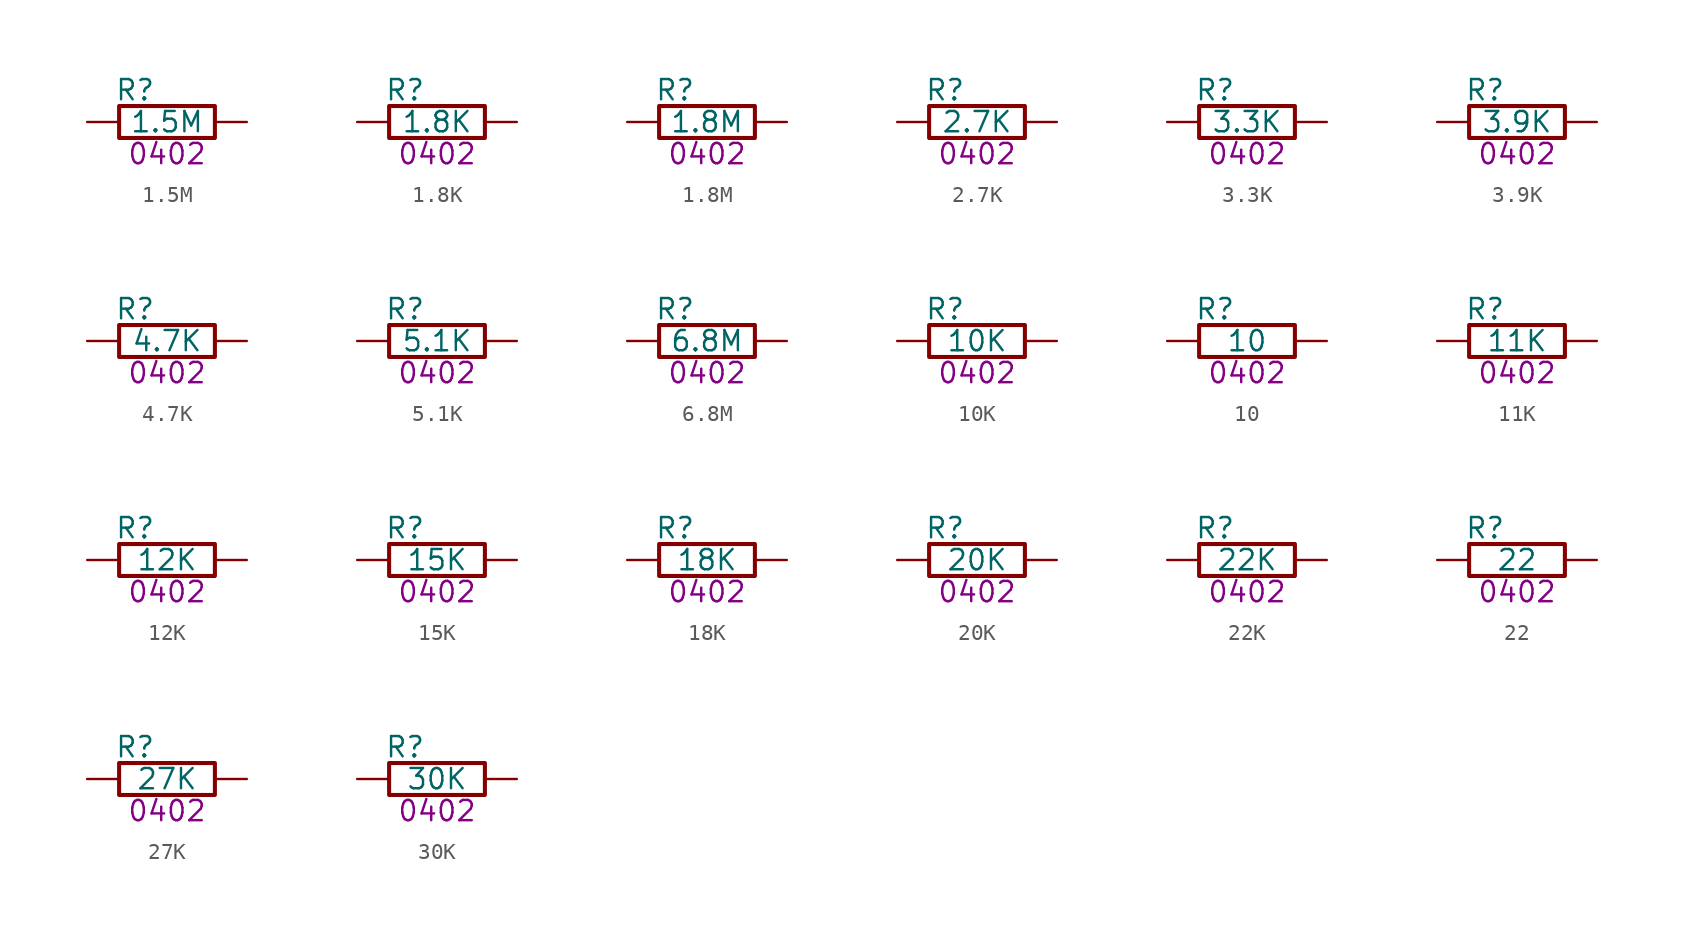
<source format=kicad_sym>
(kicad_symbol_lib
  (version 20211014)
  (generator kicad_symbol_editor)
  (symbol "1.5M"
    (pin_numbers hide)
    (pin_names hide)
    (property "Reference" "R"
      (at -2 1 0)
      (effects (font (size 1.27 1.27))))
    (property "Value" "1.5M"
      (at 0 -1 0)
      (effects (font (size 1.27 1.27))))
    (property "Size" "0402"
      (at 0 -3 0)
      (effects (font (size 1.27 1.27))))
    (symbol "1.5M_0_1"
      (rectangle (start -3 0) (end 3 -2) (stroke (width 0.254) (type default) (color 0 0 0 0)) (fill (type none))))
    (symbol "1.5M_1_1"
      (pin passive line (at -5 -1 0) (length 2) (name "~" (effects (font (size 1.27 1.27)))) (number "1" (effects (font (size 1.27 1.27)))))
      (pin passive line (at 5 -1 180) (length 2) (name "~" (effects (font (size 1.27 1.27)))) (number "2" (effects (font (size 1.27 1.27)))))))
  (symbol "1.8K"
    (pin_numbers hide)
    (pin_names hide)
    (property "Reference" "R"
      (at -2 1 0)
      (effects (font (size 1.27 1.27))))
    (property "Value" "1.8K"
      (at 0 -1 0)
      (effects (font (size 1.27 1.27))))
    (property "Size" "0402"
      (at 0 -3 0)
      (effects (font (size 1.27 1.27))))
    (symbol "1.8K_0_1"
      (rectangle (start -3 0) (end 3 -2) (stroke (width 0.254) (type default) (color 0 0 0 0)) (fill (type none))))
    (symbol "1.8K_1_1"
      (pin passive line (at -5 -1 0) (length 2) (name "~" (effects (font (size 1.27 1.27)))) (number "1" (effects (font (size 1.27 1.27)))))
      (pin passive line (at 5 -1 180) (length 2) (name "~" (effects (font (size 1.27 1.27)))) (number "2" (effects (font (size 1.27 1.27)))))))
  (symbol "1.8M"
    (pin_numbers hide)
    (pin_names hide)
    (property "Reference" "R"
      (at -2 1 0)
      (effects (font (size 1.27 1.27))))
    (property "Value" "1.8M"
      (at 0 -1 0)
      (effects (font (size 1.27 1.27))))
    (property "Size" "0402"
      (at 0 -3 0)
      (effects (font (size 1.27 1.27))))
    (symbol "1.8M_0_1"
      (rectangle (start -3 0) (end 3 -2) (stroke (width 0.254) (type default) (color 0 0 0 0)) (fill (type none))))
    (symbol "1.8M_1_1"
      (pin passive line (at -5 -1 0) (length 2) (name "~" (effects (font (size 1.27 1.27)))) (number "1" (effects (font (size 1.27 1.27)))))
      (pin passive line (at 5 -1 180) (length 2) (name "~" (effects (font (size 1.27 1.27)))) (number "2" (effects (font (size 1.27 1.27)))))))
  (symbol "2.7K"
    (pin_numbers hide)
    (pin_names hide)
    (property "Reference" "R"
      (at -2 1 0)
      (effects (font (size 1.27 1.27))))
    (property "Value" "2.7K"
      (at 0 -1 0)
      (effects (font (size 1.27 1.27))))
    (property "Size" "0402"
      (at 0 -3 0)
      (effects (font (size 1.27 1.27))))
    (symbol "2.7K_0_1"
      (rectangle (start -3 0) (end 3 -2) (stroke (width 0.254) (type default) (color 0 0 0 0)) (fill (type none))))
    (symbol "2.7K_1_1"
      (pin passive line (at -5 -1 0) (length 2) (name "~" (effects (font (size 1.27 1.27)))) (number "1" (effects (font (size 1.27 1.27)))))
      (pin passive line (at 5 -1 180) (length 2) (name "~" (effects (font (size 1.27 1.27)))) (number "2" (effects (font (size 1.27 1.27)))))))
  (symbol "3.3K"
    (pin_numbers hide)
    (pin_names hide)
    (property "Reference" "R"
      (at -2 1 0)
      (effects (font (size 1.27 1.27))))
    (property "Value" "3.3K"
      (at 0 -1 0)
      (effects (font (size 1.27 1.27))))
    (property "Size" "0402"
      (at 0 -3 0)
      (effects (font (size 1.27 1.27))))
    (symbol "3.3K_0_1"
      (rectangle (start -3 0) (end 3 -2) (stroke (width 0.254) (type default) (color 0 0 0 0)) (fill (type none))))
    (symbol "3.3K_1_1"
      (pin passive line (at -5 -1 0) (length 2) (name "~" (effects (font (size 1.27 1.27)))) (number "1" (effects (font (size 1.27 1.27)))))
      (pin passive line (at 5 -1 180) (length 2) (name "~" (effects (font (size 1.27 1.27)))) (number "2" (effects (font (size 1.27 1.27)))))))
  (symbol "3.9K"
    (pin_numbers hide)
    (pin_names hide)
    (property "Reference" "R"
      (at -2 1 0)
      (effects (font (size 1.27 1.27))))
    (property "Value" "3.9K"
      (at 0 -1 0)
      (effects (font (size 1.27 1.27))))
    (property "Size" "0402"
      (at 0 -3 0)
      (effects (font (size 1.27 1.27))))
    (symbol "3.9K_0_1"
      (rectangle (start -3 0) (end 3 -2) (stroke (width 0.254) (type default) (color 0 0 0 0)) (fill (type none))))
    (symbol "3.9K_1_1"
      (pin passive line (at -5 -1 0) (length 2) (name "~" (effects (font (size 1.27 1.27)))) (number "1" (effects (font (size 1.27 1.27)))))
      (pin passive line (at 5 -1 180) (length 2) (name "~" (effects (font (size 1.27 1.27)))) (number "2" (effects (font (size 1.27 1.27)))))))
  (symbol "4.7K"
    (pin_numbers hide)
    (pin_names hide)
    (property "Reference" "R"
      (at -2 1 0)
      (effects (font (size 1.27 1.27))))
    (property "Value" "4.7K"
      (at 0 -1 0)
      (effects (font (size 1.27 1.27))))
    (property "Size" "0402"
      (at 0 -3 0)
      (effects (font (size 1.27 1.27))))
    (symbol "4.7K_0_1"
      (rectangle (start -3 0) (end 3 -2) (stroke (width 0.254) (type default) (color 0 0 0 0)) (fill (type none))))
    (symbol "4.7K_1_1"
      (pin passive line (at -5 -1 0) (length 2) (name "~" (effects (font (size 1.27 1.27)))) (number "1" (effects (font (size 1.27 1.27)))))
      (pin passive line (at 5 -1 180) (length 2) (name "~" (effects (font (size 1.27 1.27)))) (number "2" (effects (font (size 1.27 1.27)))))))
  (symbol "5.1K"
    (pin_numbers hide)
    (pin_names hide)
    (property "Reference" "R"
      (at -2 1 0)
      (effects (font (size 1.27 1.27))))
    (property "Value" "5.1K"
      (at 0 -1 0)
      (effects (font (size 1.27 1.27))))
    (property "Size" "0402"
      (at 0 -3 0)
      (effects (font (size 1.27 1.27))))
    (symbol "5.1K_0_1"
      (rectangle (start -3 0) (end 3 -2) (stroke (width 0.254) (type default) (color 0 0 0 0)) (fill (type none))))
    (symbol "5.1K_1_1"
      (pin passive line (at -5 -1 0) (length 2) (name "~" (effects (font (size 1.27 1.27)))) (number "1" (effects (font (size 1.27 1.27)))))
      (pin passive line (at 5 -1 180) (length 2) (name "~" (effects (font (size 1.27 1.27)))) (number "2" (effects (font (size 1.27 1.27)))))))
  (symbol "6.8M"
    (pin_numbers hide)
    (pin_names hide)
    (property "Reference" "R"
      (at -2 1 0)
      (effects (font (size 1.27 1.27))))
    (property "Value" "6.8M"
      (at 0 -1 0)
      (effects (font (size 1.27 1.27))))
    (property "Size" "0402"
      (at 0 -3 0)
      (effects (font (size 1.27 1.27))))
    (symbol "6.8M_0_1"
      (rectangle (start -3 0) (end 3 -2) (stroke (width 0.254) (type default) (color 0 0 0 0)) (fill (type none))))
    (symbol "6.8M_1_1"
      (pin passive line (at -5 -1 0) (length 2) (name "~" (effects (font (size 1.27 1.27)))) (number "1" (effects (font (size 1.27 1.27)))))
      (pin passive line (at 5 -1 180) (length 2) (name "~" (effects (font (size 1.27 1.27)))) (number "2" (effects (font (size 1.27 1.27)))))))
  (symbol "10K"
    (pin_numbers hide)
    (pin_names hide)
    (property "Reference" "R"
      (at -2 1 0)
      (effects (font (size 1.27 1.27))))
    (property "Value" "10K"
      (at 0 -1 0)
      (effects (font (size 1.27 1.27))))
    (property "Size" "0402"
      (at 0 -3 0)
      (effects (font (size 1.27 1.27))))
    (symbol "10K_0_1"
      (rectangle (start -3 0) (end 3 -2) (stroke (width 0.254) (type default) (color 0 0 0 0)) (fill (type none))))
    (symbol "10K_1_1"
      (pin passive line (at -5 -1 0) (length 2) (name "~" (effects (font (size 1.27 1.27)))) (number "1" (effects (font (size 1.27 1.27)))))
      (pin passive line (at 5 -1 180) (length 2) (name "~" (effects (font (size 1.27 1.27)))) (number "2" (effects (font (size 1.27 1.27)))))))
  (symbol "10"
    (pin_numbers hide)
    (pin_names hide)
    (property "Reference" "R"
      (at -2 1 0)
      (effects (font (size 1.27 1.27))))
    (property "Value" "10"
      (at 0 -1 0)
      (effects (font (size 1.27 1.27))))
    (property "Size" "0402"
      (at 0 -3 0)
      (effects (font (size 1.27 1.27))))
    (symbol "10_0_1"
      (rectangle (start -3 0) (end 3 -2) (stroke (width 0.254) (type default) (color 0 0 0 0)) (fill (type none))))
    (symbol "10_1_1"
      (pin passive line (at -5 -1 0) (length 2) (name "~" (effects (font (size 1.27 1.27)))) (number "1" (effects (font (size 1.27 1.27)))))
      (pin passive line (at 5 -1 180) (length 2) (name "~" (effects (font (size 1.27 1.27)))) (number "2" (effects (font (size 1.27 1.27)))))))
  (symbol "11K"
    (pin_numbers hide)
    (pin_names hide)
    (property "Reference" "R"
      (at -2 1 0)
      (effects (font (size 1.27 1.27))))
    (property "Value" "11K"
      (at 0 -1 0)
      (effects (font (size 1.27 1.27))))
    (property "Size" "0402"
      (at 0 -3 0)
      (effects (font (size 1.27 1.27))))
    (symbol "11K_0_1"
      (rectangle (start -3 0) (end 3 -2) (stroke (width 0.254) (type default) (color 0 0 0 0)) (fill (type none))))
    (symbol "11K_1_1"
      (pin passive line (at -5 -1 0) (length 2) (name "~" (effects (font (size 1.27 1.27)))) (number "1" (effects (font (size 1.27 1.27)))))
      (pin passive line (at 5 -1 180) (length 2) (name "~" (effects (font (size 1.27 1.27)))) (number "2" (effects (font (size 1.27 1.27)))))))
  (symbol "12K"
    (pin_numbers hide)
    (pin_names hide)
    (property "Reference" "R"
      (at -2 1 0)
      (effects (font (size 1.27 1.27))))
    (property "Value" "12K"
      (at 0 -1 0)
      (effects (font (size 1.27 1.27))))
    (property "Size" "0402"
      (at 0 -3 0)
      (effects (font (size 1.27 1.27))))
    (symbol "12K_0_1"
      (rectangle (start -3 0) (end 3 -2) (stroke (width 0.254) (type default) (color 0 0 0 0)) (fill (type none))))
    (symbol "12K_1_1"
      (pin passive line (at -5 -1 0) (length 2) (name "~" (effects (font (size 1.27 1.27)))) (number "1" (effects (font (size 1.27 1.27)))))
      (pin passive line (at 5 -1 180) (length 2) (name "~" (effects (font (size 1.27 1.27)))) (number "2" (effects (font (size 1.27 1.27)))))))
  (symbol "15K"
    (pin_numbers hide)
    (pin_names hide)
    (property "Reference" "R"
      (at -2 1 0)
      (effects (font (size 1.27 1.27))))
    (property "Value" "15K"
      (at 0 -1 0)
      (effects (font (size 1.27 1.27))))
    (property "Size" "0402"
      (at 0 -3 0)
      (effects (font (size 1.27 1.27))))
    (symbol "15K_0_1"
      (rectangle (start -3 0) (end 3 -2) (stroke (width 0.254) (type default) (color 0 0 0 0)) (fill (type none))))
    (symbol "15K_1_1"
      (pin passive line (at -5 -1 0) (length 2) (name "~" (effects (font (size 1.27 1.27)))) (number "1" (effects (font (size 1.27 1.27)))))
      (pin passive line (at 5 -1 180) (length 2) (name "~" (effects (font (size 1.27 1.27)))) (number "2" (effects (font (size 1.27 1.27)))))))
  (symbol "18K"
    (pin_numbers hide)
    (pin_names hide)
    (property "Reference" "R"
      (at -2 1 0)
      (effects (font (size 1.27 1.27))))
    (property "Value" "18K"
      (at 0 -1 0)
      (effects (font (size 1.27 1.27))))
    (property "Size" "0402"
      (at 0 -3 0)
      (effects (font (size 1.27 1.27))))
    (symbol "18K_0_1"
      (rectangle (start -3 0) (end 3 -2) (stroke (width 0.254) (type default) (color 0 0 0 0)) (fill (type none))))
    (symbol "18K_1_1"
      (pin passive line (at -5 -1 0) (length 2) (name "~" (effects (font (size 1.27 1.27)))) (number "1" (effects (font (size 1.27 1.27)))))
      (pin passive line (at 5 -1 180) (length 2) (name "~" (effects (font (size 1.27 1.27)))) (number "2" (effects (font (size 1.27 1.27)))))))
  (symbol "20K"
    (pin_numbers hide)
    (pin_names hide)
    (property "Reference" "R"
      (at -2 1 0)
      (effects (font (size 1.27 1.27))))
    (property "Value" "20K"
      (at 0 -1 0)
      (effects (font (size 1.27 1.27))))
    (property "Size" "0402"
      (at 0 -3 0)
      (effects (font (size 1.27 1.27))))
    (symbol "20K_0_1"
      (rectangle (start -3 0) (end 3 -2) (stroke (width 0.254) (type default) (color 0 0 0 0)) (fill (type none))))
    (symbol "20K_1_1"
      (pin passive line (at -5 -1 0) (length 2) (name "~" (effects (font (size 1.27 1.27)))) (number "1" (effects (font (size 1.27 1.27)))))
      (pin passive line (at 5 -1 180) (length 2) (name "~" (effects (font (size 1.27 1.27)))) (number "2" (effects (font (size 1.27 1.27)))))))
  (symbol "22K"
    (pin_numbers hide)
    (pin_names hide)
    (property "Reference" "R"
      (at -2 1 0)
      (effects (font (size 1.27 1.27))))
    (property "Value" "22K"
      (at 0 -1 0)
      (effects (font (size 1.27 1.27))))
    (property "Size" "0402"
      (at 0 -3 0)
      (effects (font (size 1.27 1.27))))
    (symbol "22K_0_1"
      (rectangle (start -3 0) (end 3 -2) (stroke (width 0.254) (type default) (color 0 0 0 0)) (fill (type none))))
    (symbol "22K_1_1"
      (pin passive line (at -5 -1 0) (length 2) (name "~" (effects (font (size 1.27 1.27)))) (number "1" (effects (font (size 1.27 1.27)))))
      (pin passive line (at 5 -1 180) (length 2) (name "~" (effects (font (size 1.27 1.27)))) (number "2" (effects (font (size 1.27 1.27)))))))
  (symbol "22"
    (pin_numbers hide)
    (pin_names hide)
    (property "Reference" "R"
      (at -2 1 0)
      (effects (font (size 1.27 1.27))))
    (property "Value" "22"
      (at 0 -1 0)
      (effects (font (size 1.27 1.27))))
    (property "Size" "0402"
      (at 0 -3 0)
      (effects (font (size 1.27 1.27))))
    (symbol "22_0_1"
      (rectangle (start -3 0) (end 3 -2) (stroke (width 0.254) (type default) (color 0 0 0 0)) (fill (type none))))
    (symbol "22_1_1"
      (pin passive line (at -5 -1 0) (length 2) (name "~" (effects (font (size 1.27 1.27)))) (number "1" (effects (font (size 1.27 1.27)))))
      (pin passive line (at 5 -1 180) (length 2) (name "~" (effects (font (size 1.27 1.27)))) (number "2" (effects (font (size 1.27 1.27)))))))
  (symbol "27K"
    (pin_numbers hide)
    (pin_names hide)
    (property "Reference" "R"
      (at -2 1 0)
      (effects (font (size 1.27 1.27))))
    (property "Value" "27K"
      (at 0 -1 0)
      (effects (font (size 1.27 1.27))))
    (property "Size" "0402"
      (at 0 -3 0)
      (effects (font (size 1.27 1.27))))
    (symbol "27K_0_1"
      (rectangle (start -3 0) (end 3 -2) (stroke (width 0.254) (type default) (color 0 0 0 0)) (fill (type none))))
    (symbol "27K_1_1"
      (pin passive line (at -5 -1 0) (length 2) (name "~" (effects (font (size 1.27 1.27)))) (number "1" (effects (font (size 1.27 1.27)))))
      (pin passive line (at 5 -1 180) (length 2) (name "~" (effects (font (size 1.27 1.27)))) (number "2" (effects (font (size 1.27 1.27)))))))
  (symbol "30K"
    (pin_numbers hide)
    (pin_names hide)
    (property "Reference" "R"
      (at -2 1 0)
      (effects (font (size 1.27 1.27))))
    (property "Value" "30K"
      (at 0 -1 0)
      (effects (font (size 1.27 1.27))))
    (property "Size" "0402"
      (at 0 -3 0)
      (effects (font (size 1.27 1.27))))
    (symbol "30K_0_1"
      (rectangle (start -3 0) (end 3 -2) (stroke (width 0.254) (type default) (color 0 0 0 0)) (fill (type none))))
    (symbol "30K_1_1"
      (pin passive line (at -5 -1 0) (length 2) (name "~" (effects (font (size 1.27 1.27)))) (number "1" (effects (font (size 1.27 1.27)))))
      (pin passive line (at 5 -1 180) (length 2) (name "~" (effects (font (size 1.27 1.27)))) (number "2" (effects (font (size 1.27 1.27))))))))
</source>
